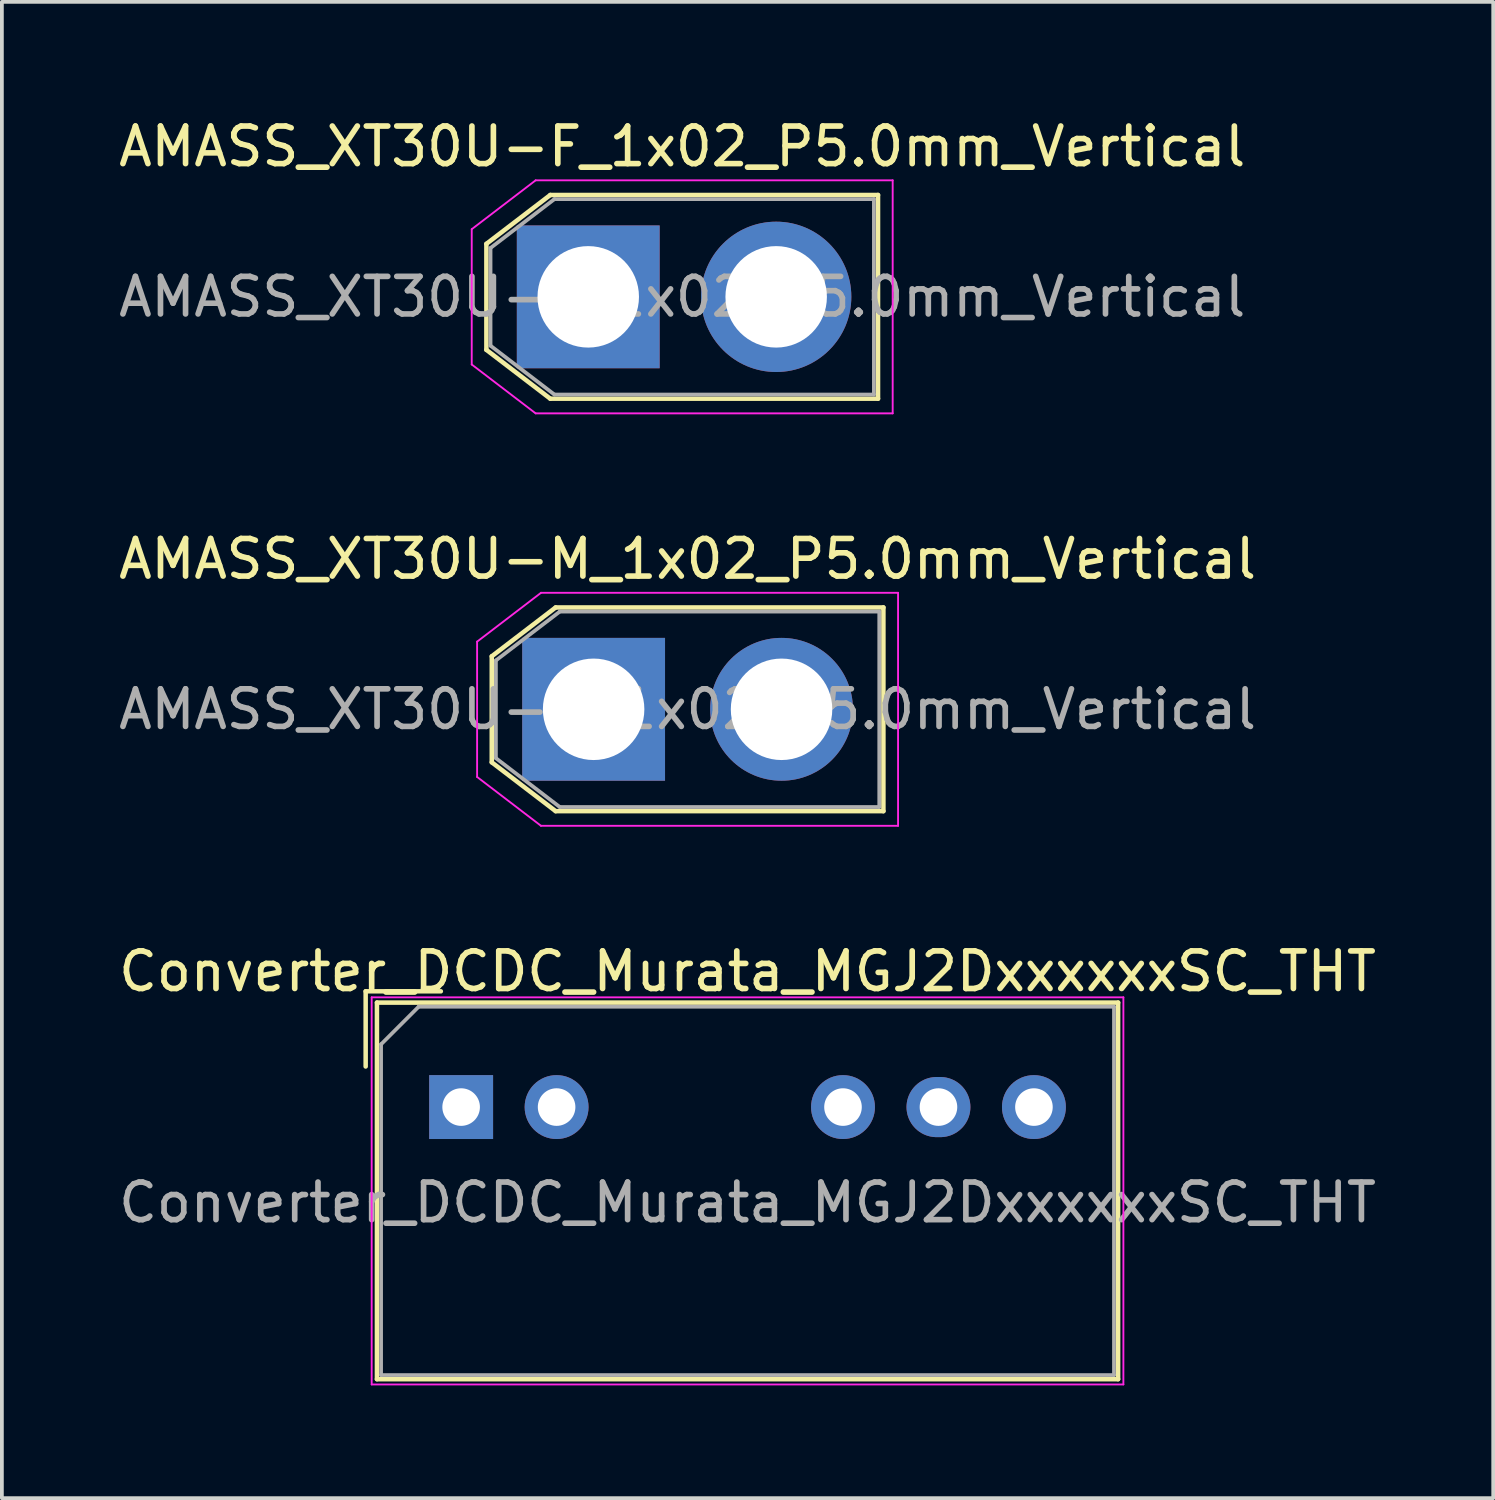
<source format=kicad_pcb>
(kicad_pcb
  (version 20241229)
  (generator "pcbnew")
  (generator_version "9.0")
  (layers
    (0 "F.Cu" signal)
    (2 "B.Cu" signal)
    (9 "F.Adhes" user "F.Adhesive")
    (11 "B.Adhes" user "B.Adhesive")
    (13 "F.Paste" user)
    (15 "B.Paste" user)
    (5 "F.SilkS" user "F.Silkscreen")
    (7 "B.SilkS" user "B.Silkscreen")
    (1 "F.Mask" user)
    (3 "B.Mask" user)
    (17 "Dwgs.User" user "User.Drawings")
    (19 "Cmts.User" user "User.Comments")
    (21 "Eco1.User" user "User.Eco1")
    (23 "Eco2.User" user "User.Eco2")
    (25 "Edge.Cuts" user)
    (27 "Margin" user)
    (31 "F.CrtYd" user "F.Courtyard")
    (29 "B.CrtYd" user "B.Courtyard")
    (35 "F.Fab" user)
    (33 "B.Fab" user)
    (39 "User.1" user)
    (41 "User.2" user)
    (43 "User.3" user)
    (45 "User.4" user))
  (footprint "AMASS_XT30U-F_1x02_P5.0mm_Vertical"
    (layer "F.Cu")
    (at 12.601 4.848)
    (property "Reference" "AMASS_XT30U-F_1x02_P5.0mm_Vertical" (at 2.5 -4 0) (layer "F.SilkS") (effects (font (size 1 1) (thickness 0.15))))
    (attr through_hole)
    (fp_line (start -2.71 -1.41) (end -2.71 1.41) (stroke (width 0.12) (type solid)) (layer "F.SilkS"))
    (fp_line (start -2.71 -1.41) (end -1.01 -2.71) (stroke (width 0.12) (type solid)) (layer "F.SilkS"))
    (fp_line (start -2.71 1.41) (end -1.01 2.71) (stroke (width 0.12) (type solid)) (layer "F.SilkS"))
    (fp_line (start -1.01 -2.71) (end 7.71 -2.71) (stroke (width 0.12) (type solid)) (layer "F.SilkS"))
    (fp_line (start -1.01 2.71) (end 7.71 2.71) (stroke (width 0.12) (type solid)) (layer "F.SilkS"))
    (fp_line (start 7.71 -2.71) (end 7.71 2.71) (stroke (width 0.12) (type solid)) (layer "F.SilkS"))
    (fp_line (start -3.1 -1.8) (end -3.1 1.8) (stroke (width 0.05) (type solid)) (layer "F.CrtYd"))
    (fp_line (start -3.1 -1.8) (end -1.4 -3.1) (stroke (width 0.05) (type solid)) (layer "F.CrtYd"))
    (fp_line (start -3.1 1.8) (end -1.4 3.1) (stroke (width 0.05) (type solid)) (layer "F.CrtYd"))
    (fp_line (start -1.4 -3.1) (end 8.1 -3.1) (stroke (width 0.05) (type solid)) (layer "F.CrtYd"))
    (fp_line (start -1.4 3.1) (end 8.1 3.1) (stroke (width 0.05) (type solid)) (layer "F.CrtYd"))
    (fp_line (start 8.1 -3.1) (end 8.1 3.1) (stroke (width 0.05) (type solid)) (layer "F.CrtYd"))
    (fp_line (start -2.6 -1.3) (end -2.6 1.3) (stroke (width 0.1) (type solid)) (layer "F.Fab"))
    (fp_line (start -2.6 -1.3) (end -0.9 -2.6) (stroke (width 0.1) (type solid)) (layer "F.Fab"))
    (fp_line (start -2.6 1.3) (end -0.9 2.6) (stroke (width 0.1) (type solid)) (layer "F.Fab"))
    (fp_line (start -0.9 -2.6) (end 7.6 -2.6) (stroke (width 0.1) (type solid)) (layer "F.Fab"))
    (fp_line (start -0.9 2.6) (end 7.6 2.6) (stroke (width 0.1) (type solid)) (layer "F.Fab"))
    (fp_line (start 7.6 -2.6) (end 7.6 2.6) (stroke (width 0.1) (type solid)) (layer "F.Fab"))
    (fp_text user "${REFERENCE}" (at 2.5 0 0) (layer "F.Fab") (effects (font (size 1 1) (thickness 0.15))))
    (pad "1" thru_hole rect (at 0 0) (size 3.8 3.8) (drill 2.7) (layers "*.Cu" "*.Mask"))
    (pad "2" thru_hole circle (at 5 0) (size 4 4) (drill 2.7) (layers "*.Cu" "*.Mask")))
  (footprint "Converter_DCDC_Murata_MGJ2DxxxxxxSC_THT"
    (layer "F.Cu")
    (at 9.219 26.405)
    (property "Reference" "Converter_DCDC_Murata_MGJ2DxxxxxxSC_THT" (at 7.62 -3.61 0) (layer "F.SilkS") (effects (font (size 1 1) (thickness 0.15))))
    (attr through_hole)
    (fp_line (start -2.54 -3.08) (end -0.54 -3.08) (stroke (width 0.12) (type solid)) (layer "F.SilkS"))
    (fp_line (start -2.54 -1.08) (end -2.54 -3.08) (stroke (width 0.12) (type solid)) (layer "F.SilkS"))
    (fp_line (start -2.24 -2.78) (end -2.24 7.24) (stroke (width 0.12) (type solid)) (layer "F.SilkS"))
    (fp_line (start -2.24 -2.78) (end 17.48 -2.78) (stroke (width 0.12) (type solid)) (layer "F.SilkS"))
    (fp_line (start -2.24 7.24) (end 17.48 7.24) (stroke (width 0.12) (type solid)) (layer "F.SilkS"))
    (fp_line (start 17.48 -2.78) (end 17.48 7.24) (stroke (width 0.12) (type solid)) (layer "F.SilkS"))
    (fp_line (start -2.38 -2.92) (end -2.38 7.38) (stroke (width 0.05) (type solid)) (layer "F.CrtYd"))
    (fp_line (start -2.38 -2.92) (end 17.62 -2.92) (stroke (width 0.05) (type solid)) (layer "F.CrtYd"))
    (fp_line (start -2.38 7.38) (end 17.62 7.38) (stroke (width 0.05) (type solid)) (layer "F.CrtYd"))
    (fp_line (start 17.62 -2.92) (end 17.62 7.38) (stroke (width 0.05) (type solid)) (layer "F.CrtYd"))
    (fp_line (start -2.13 -1.67) (end -1.13 -2.67) (stroke (width 0.1) (type solid)) (layer "F.Fab"))
    (fp_line (start -2.13 7.13) (end -2.13 -1.67) (stroke (width 0.1) (type solid)) (layer "F.Fab"))
    (fp_line (start -1.13 -2.67) (end 17.37 -2.67) (stroke (width 0.1) (type solid)) (layer "F.Fab"))
    (fp_line (start 17.37 -2.67) (end 17.37 7.13) (stroke (width 0.1) (type solid)) (layer "F.Fab"))
    (fp_line (start 17.37 7.13) (end -2.13 7.13) (stroke (width 0.1) (type solid)) (layer "F.Fab"))
    (fp_text user "${REFERENCE}" (at 7.62 2.54 0) (layer "F.Fab") (effects (font (size 1 1) (thickness 0.15))))
    (pad "1" thru_hole rect (at 0 0) (size 1.7 1.7) (drill 1) (layers "*.Cu" "*.Mask"))
    (pad "2" thru_hole oval (at 2.54 0) (size 1.7 1.7) (drill 1) (layers "*.Cu" "*.Mask"))
    (pad "5" thru_hole oval (at 10.16 0) (size 1.7 1.7) (drill 1) (layers "*.Cu" "*.Mask"))
    (pad "6" thru_hole oval (at 12.7 0) (size 1.7 1.6) (drill 1) (layers "*.Cu" "*.Mask"))
    (pad "7" thru_hole oval (at 15.24 0) (size 1.7 1.7) (drill 1) (layers "*.Cu" "*.Mask")))
  (footprint "AMASS_XT30U-M_1x02_P5.0mm_Vertical"
    (layer "F.Cu")
    (at 12.744 15.822)
    (property "Reference" "AMASS_XT30U-M_1x02_P5.0mm_Vertical" (at 2.5 -4 0) (layer "F.SilkS") (effects (font (size 1 1) (thickness 0.15))))
    (attr through_hole)
    (fp_line (start -2.71 -1.41) (end -2.71 1.41) (stroke (width 0.12) (type solid)) (layer "F.SilkS"))
    (fp_line (start -2.71 -1.41) (end -1.01 -2.71) (stroke (width 0.12) (type solid)) (layer "F.SilkS"))
    (fp_line (start -2.71 1.41) (end -1.01 2.71) (stroke (width 0.12) (type solid)) (layer "F.SilkS"))
    (fp_line (start -1.01 -2.71) (end 7.71 -2.71) (stroke (width 0.12) (type solid)) (layer "F.SilkS"))
    (fp_line (start -1.01 2.71) (end 7.71 2.71) (stroke (width 0.12) (type solid)) (layer "F.SilkS"))
    (fp_line (start 7.71 -2.71) (end 7.71 2.71) (stroke (width 0.12) (type solid)) (layer "F.SilkS"))
    (fp_line (start -3.1 -1.8) (end -3.1 1.8) (stroke (width 0.05) (type solid)) (layer "F.CrtYd"))
    (fp_line (start -3.1 -1.8) (end -1.4 -3.1) (stroke (width 0.05) (type solid)) (layer "F.CrtYd"))
    (fp_line (start -3.1 1.8) (end -1.4 3.1) (stroke (width 0.05) (type solid)) (layer "F.CrtYd"))
    (fp_line (start -1.4 -3.1) (end 8.1 -3.1) (stroke (width 0.05) (type solid)) (layer "F.CrtYd"))
    (fp_line (start -1.4 3.1) (end 8.1 3.1) (stroke (width 0.05) (type solid)) (layer "F.CrtYd"))
    (fp_line (start 8.1 -3.1) (end 8.1 3.1) (stroke (width 0.05) (type solid)) (layer "F.CrtYd"))
    (fp_line (start -2.6 -1.3) (end -2.6 1.3) (stroke (width 0.1) (type solid)) (layer "F.Fab"))
    (fp_line (start -2.6 -1.3) (end -0.9 -2.6) (stroke (width 0.1) (type solid)) (layer "F.Fab"))
    (fp_line (start -2.6 1.3) (end -0.9 2.6) (stroke (width 0.1) (type solid)) (layer "F.Fab"))
    (fp_line (start -0.9 -2.6) (end 7.6 -2.6) (stroke (width 0.1) (type solid)) (layer "F.Fab"))
    (fp_line (start -0.9 2.6) (end 7.6 2.6) (stroke (width 0.1) (type solid)) (layer "F.Fab"))
    (fp_line (start 7.6 -2.6) (end 7.6 2.6) (stroke (width 0.1) (type solid)) (layer "F.Fab"))
    (fp_text user "${REFERENCE}" (at 2.5 0 0) (layer "F.Fab") (effects (font (size 1 1) (thickness 0.15))))
    (pad "1" thru_hole rect (at 0 0) (size 3.8 3.8) (drill 2.7) (layers "*.Cu" "*.Mask"))
    (pad "2" thru_hole circle (at 5 0) (size 3.8 3.8) (drill 2.7) (layers "*.Cu" "*.Mask")))
  (gr_rect
    (start -3 -3)
    (end 36.679 36.81)
    (stroke (width 0.1) (type default))
    (fill no)
    (layer "Edge.Cuts")))
</source>
